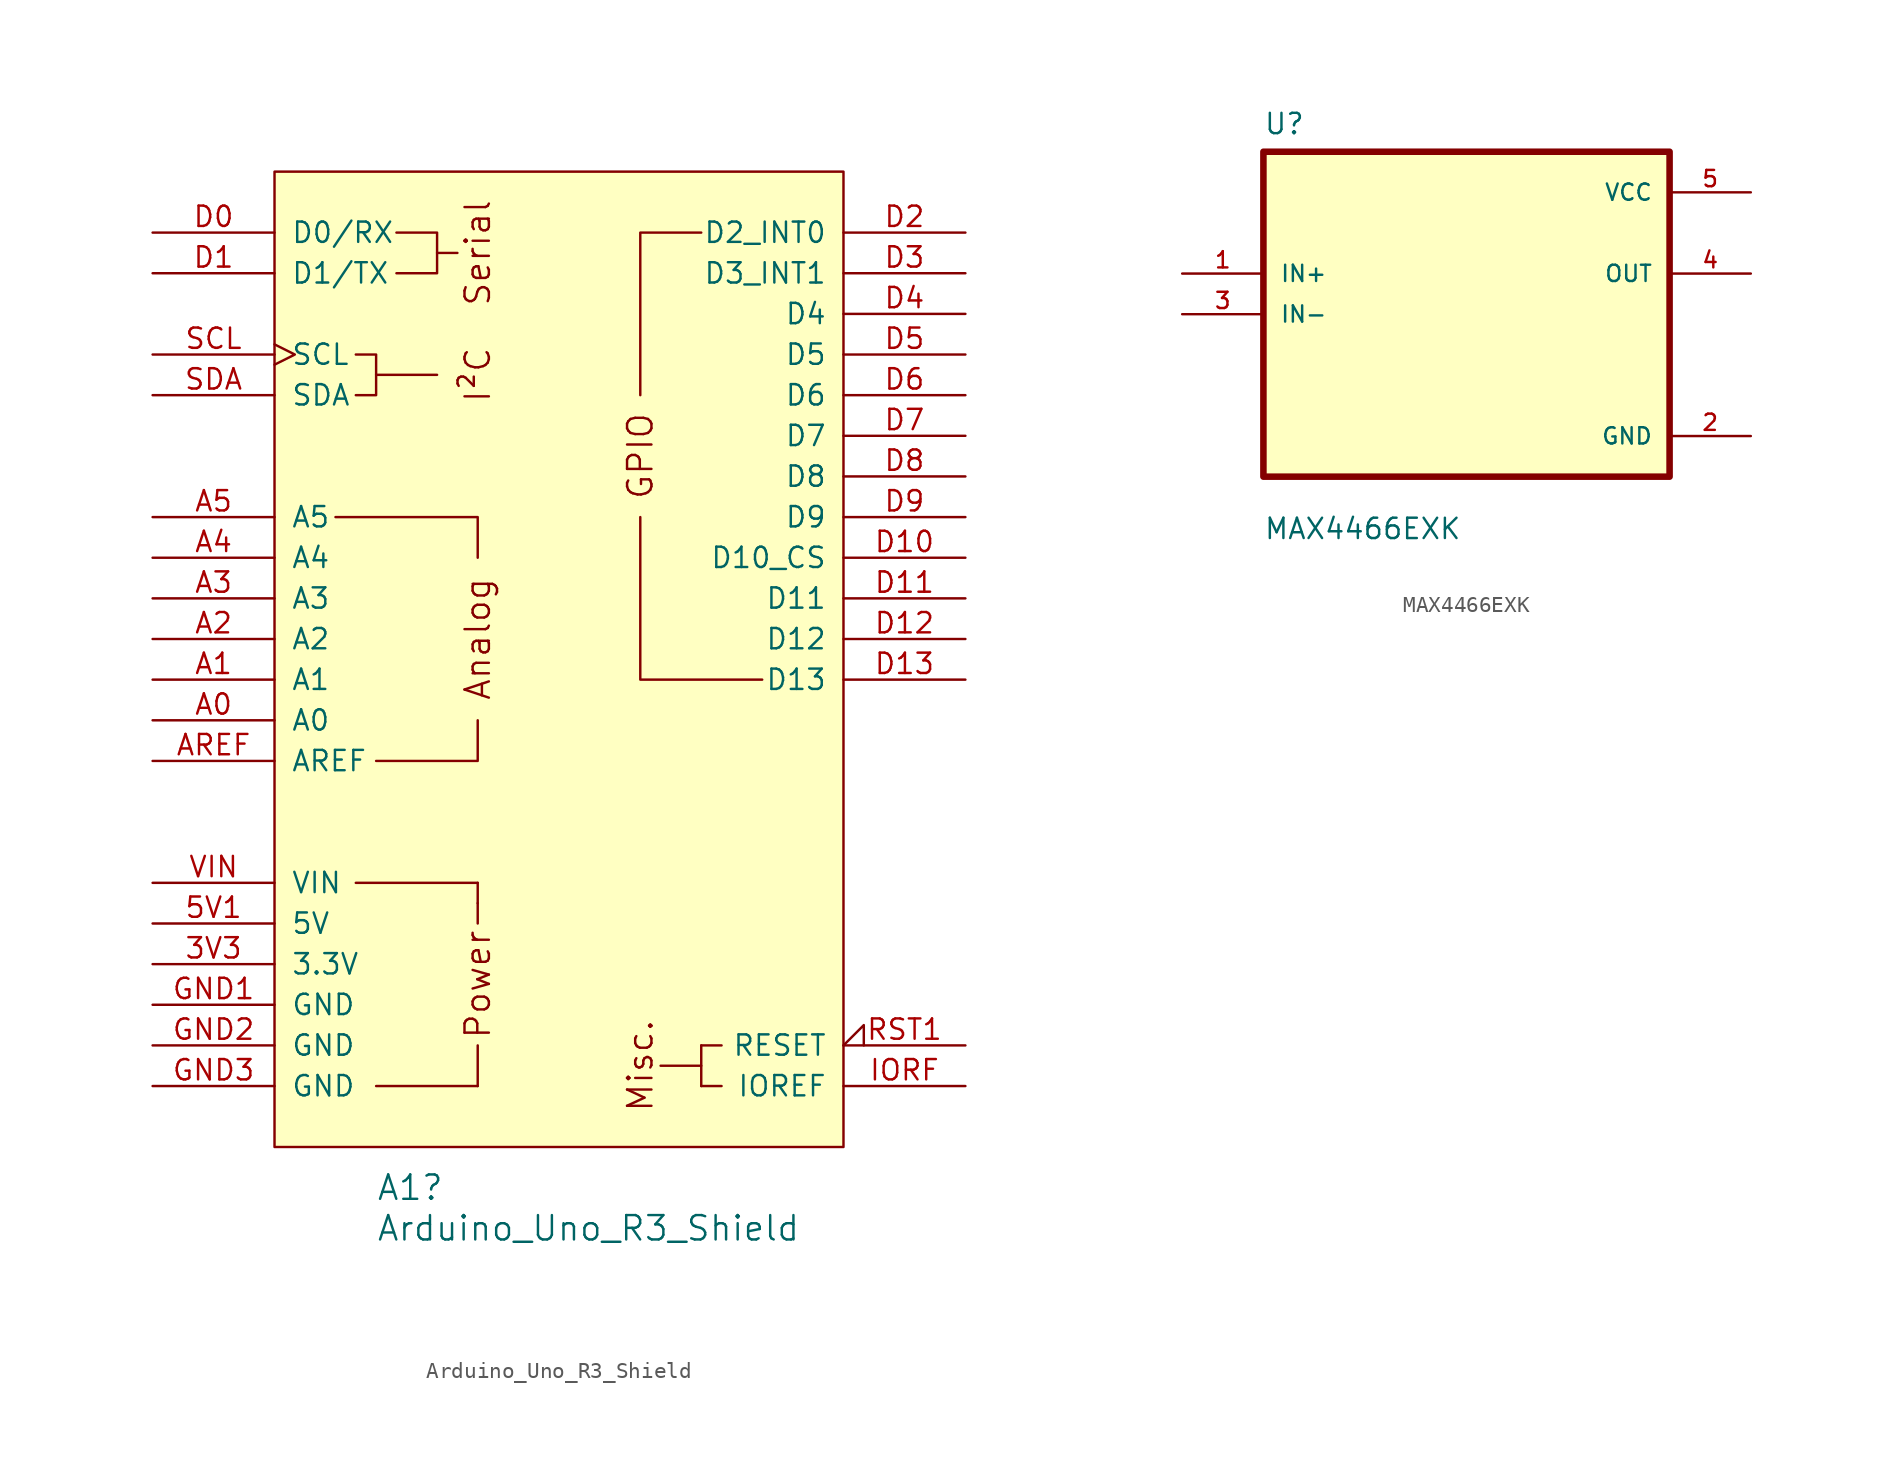
<source format=kicad_sym>
(kicad_symbol_lib
  (version 20220914)
  (generator kicad_symbol_editor)
  (symbol "Arduino_Uno_R3_Shield"
    (pin_names
      (offset 1.016))
    (property "Reference" "A1"
      (at -11.43 -33.02 0)
      (effects (font (size 1.524 1.524)) (justify left)))
    (property "Value" "Arduino_Uno_R3_Shield"
      (at -11.43 -35.56 0)
      (effects (font (size 1.524 1.524)) (justify left)))
    (symbol "Arduino_Uno_R3_Shield_0_0"
      (rectangle (start -17.78 30.48) (end 17.78 -30.48) (stroke (width 0) (type default)) (fill (type background)))
      (rectangle (start -12.7 -13.97) (end -5.08 -13.97) (stroke (width 0) (type default)) (fill (type none)))
      (rectangle (start -11.43 -26.67) (end -5.08 -26.67) (stroke (width 0) (type default)) (fill (type none)))
      (polyline (pts (xy -11.43 17.78) (xy -7.62 17.78)) (stroke (width 0) (type default)) (fill (type none)))
      (polyline (pts (xy -7.62 25.4) (xy -6.35 25.4)) (stroke (width 0) (type default)) (fill (type none)))
      (polyline (pts (xy -5.08 -26.67) (xy -5.08 -24.13)) (stroke (width 0) (type default)) (fill (type none)))
      (polyline (pts (xy -5.08 -15.24) (xy -5.08 -16.51)) (stroke (width 0) (type default)) (fill (type none)))
      (polyline (pts (xy -5.08 -13.97) (xy -5.08 -15.24)) (stroke (width 0) (type default)) (fill (type none)))
      (polyline (pts (xy -5.08 -3.81) (xy -5.08 -6.35) (xy -11.43 -6.35)) (stroke (width 0) (type default)) (fill (type none)))
      (polyline (pts (xy -5.08 6.35) (xy -5.08 8.89) (xy -13.97 8.89)) (stroke (width 0) (type default)) (fill (type none)))
      (polyline (pts (xy 5.08 8.89) (xy 5.08 -1.27) (xy 12.7 -1.27)) (stroke (width 0) (type default)) (fill (type none)))
      (polyline (pts (xy 5.08 16.51) (xy 5.08 26.67) (xy 8.89 26.67)) (stroke (width 0) (type default)) (fill (type none)))
      (polyline (pts (xy -12.7 19.05) (xy -11.43 19.05) (xy -11.43 16.51) (xy -12.7 16.51)) (stroke (width 0) (type default)) (fill (type none)))
      (polyline (pts (xy -10.16 26.67) (xy -7.62 26.67) (xy -7.62 24.13) (xy -10.16 24.13)) (stroke (width 0) (type default)) (fill (type none)))
      (rectangle (start 8.89 -25.4) (end 6.35 -25.4) (stroke (width 0) (type default)) (fill (type none)))
      (rectangle (start 8.89 -24.13) (end 8.89 -26.67) (stroke (width 0) (type default)) (fill (type none)))
      (rectangle (start 10.16 -26.67) (end 8.89 -26.67) (stroke (width 0) (type default)) (fill (type none)))
      (rectangle (start 10.16 -24.13) (end 8.89 -24.13) (stroke (width 0) (type default)) (fill (type none)))
      (text "Analog" (at -5.08 1.27 900) (effects (font (size 1.524 1.524))))
      (text "I²C" (at -5.08 17.78 900) (effects (font (size 1.524 1.524))))
      (text "Misc." (at 5.08 -25.4 900) (effects (font (size 1.524 1.524))))
      (text "Power" (at -5.08 -20.32 900) (effects (font (size 1.524 1.524))))
      (text "Serial" (at -5.08 25.4 900) (effects (font (size 1.524 1.524)))))
    (symbol "Arduino_Uno_R3_Shield_1_0"
      (text "GPIO" (at 5.08 12.7 900) (effects (font (size 1.524 1.524)))))
    (symbol "Arduino_Uno_R3_Shield_1_1"
      (pin power_out line (at -25.4 -19.05 0) (length 7.62) (name "3.3V" (effects (font (size 1.27 1.27)))) (number "3V3" (effects (font (size 1.27 1.27)))))
      (pin power_in line (at -25.4 -16.51 0) (length 7.62) (name "5V" (effects (font (size 1.27 1.27)))) (number "5V1" (effects (font (size 1.27 1.27)))))
      (pin bidirectional line (at -25.4 -3.81 0) (length 7.62) (name "A0" (effects (font (size 1.27 1.27)))) (number "A0" (effects (font (size 1.27 1.27)))))
      (pin bidirectional line (at -25.4 -1.27 0) (length 7.62) (name "A1" (effects (font (size 1.27 1.27)))) (number "A1" (effects (font (size 1.27 1.27)))))
      (pin bidirectional line (at -25.4 1.27 0) (length 7.62) (name "A2" (effects (font (size 1.27 1.27)))) (number "A2" (effects (font (size 1.27 1.27)))))
      (pin bidirectional line (at -25.4 3.81 0) (length 7.62) (name "A3" (effects (font (size 1.27 1.27)))) (number "A3" (effects (font (size 1.27 1.27)))))
      (pin bidirectional line (at -25.4 6.35 0) (length 7.62) (name "A4" (effects (font (size 1.27 1.27)))) (number "A4" (effects (font (size 1.27 1.27)))))
      (pin bidirectional line (at -25.4 8.89 0) (length 7.62) (name "A5" (effects (font (size 1.27 1.27)))) (number "A5" (effects (font (size 1.27 1.27)))))
      (pin input line (at -25.4 -6.35 0) (length 7.62) (name "AREF" (effects (font (size 1.27 1.27)))) (number "AREF" (effects (font (size 1.27 1.27)))))
      (pin bidirectional line (at -25.4 26.67 0) (length 7.62) (name "D0/RX" (effects (font (size 1.27 1.27)))) (number "D0" (effects (font (size 1.27 1.27)))))
      (pin bidirectional line (at -25.4 24.13 0) (length 7.62) (name "D1/TX" (effects (font (size 1.27 1.27)))) (number "D1" (effects (font (size 1.27 1.27)))))
      (pin bidirectional line (at 25.4 6.35 180) (length 7.62) (name "D10_CS" (effects (font (size 1.27 1.27)))) (number "D10" (effects (font (size 1.27 1.27)))))
      (pin bidirectional line (at 25.4 3.81 180) (length 7.62) (name "D11" (effects (font (size 1.27 1.27)))) (number "D11" (effects (font (size 1.27 1.27)))))
      (pin bidirectional line (at 25.4 1.27 180) (length 7.62) (name "D12" (effects (font (size 1.27 1.27)))) (number "D12" (effects (font (size 1.27 1.27)))))
      (pin bidirectional line (at 25.4 -1.27 180) (length 7.62) (name "D13" (effects (font (size 1.27 1.27)))) (number "D13" (effects (font (size 1.27 1.27)))))
      (pin bidirectional line (at 25.4 26.67 180) (length 7.62) (name "D2_INT0" (effects (font (size 1.27 1.27)))) (number "D2" (effects (font (size 1.27 1.27)))))
      (pin bidirectional line (at 25.4 24.13 180) (length 7.62) (name "D3_INT1" (effects (font (size 1.27 1.27)))) (number "D3" (effects (font (size 1.27 1.27)))))
      (pin bidirectional line (at 25.4 21.59 180) (length 7.62) (name "D4" (effects (font (size 1.27 1.27)))) (number "D4" (effects (font (size 1.27 1.27)))))
      (pin bidirectional line (at 25.4 19.05 180) (length 7.62) (name "D5" (effects (font (size 1.27 1.27)))) (number "D5" (effects (font (size 1.27 1.27)))))
      (pin bidirectional line (at 25.4 16.51 180) (length 7.62) (name "D6" (effects (font (size 1.27 1.27)))) (number "D6" (effects (font (size 1.27 1.27)))))
      (pin bidirectional line (at 25.4 13.97 180) (length 7.62) (name "D7" (effects (font (size 1.27 1.27)))) (number "D7" (effects (font (size 1.27 1.27)))))
      (pin bidirectional line (at 25.4 11.43 180) (length 7.62) (name "D8" (effects (font (size 1.27 1.27)))) (number "D8" (effects (font (size 1.27 1.27)))))
      (pin bidirectional line (at 25.4 8.89 180) (length 7.62) (name "D9" (effects (font (size 1.27 1.27)))) (number "D9" (effects (font (size 1.27 1.27)))))
      (pin power_in line (at -25.4 -21.59 0) (length 7.62) (name "GND" (effects (font (size 1.27 1.27)))) (number "GND1" (effects (font (size 1.27 1.27)))))
      (pin power_in line (at -25.4 -24.13 0) (length 7.62) (name "GND" (effects (font (size 1.27 1.27)))) (number "GND2" (effects (font (size 1.27 1.27)))))
      (pin power_in line (at -25.4 -26.67 0) (length 7.62) (name "GND" (effects (font (size 1.27 1.27)))) (number "GND3" (effects (font (size 1.27 1.27)))))
      (pin output line (at 25.4 -26.67 180) (length 7.62) (name "IOREF" (effects (font (size 1.27 1.27)))) (number "IORF" (effects (font (size 1.27 1.27)))))
      (pin open_collector input_low (at 25.4 -24.13 180) (length 7.62) (name "RESET" (effects (font (size 1.27 1.27)))) (number "RST1" (effects (font (size 1.27 1.27)))))
      (pin bidirectional clock (at -25.4 19.05 0) (length 7.62) (name "SCL" (effects (font (size 1.27 1.27)))) (number "SCL" (effects (font (size 1.27 1.27)))))
      (pin bidirectional line (at -25.4 16.51 0) (length 7.62) (name "SDA" (effects (font (size 1.27 1.27)))) (number "SDA" (effects (font (size 1.27 1.27)))))
      (pin power_in line (at -25.4 -13.97 0) (length 7.62) (name "VIN" (effects (font (size 1.27 1.27)))) (number "VIN" (effects (font (size 1.27 1.27)))))))
  (symbol "MAX4466EXK"
    (pin_names
      (offset 1.016))
    (property "Reference" "U"
      (at -12.7 11.16 0)
      (effects (font (size 1.27 1.27)) (justify left bottom)))
    (property "Value" "MAX4466EXK"
      (at -12.7 -14.16 0)
      (effects (font (size 1.27 1.27)) (justify left bottom)))
    (symbol "MAX4466EXK_0_0"
      (rectangle (start -12.7 -10.16) (end 12.7 10.16) (stroke (width 0.41) (type default)) (fill (type background)))
      (pin input line (at -17.78 2.54 0) (length 5.08) (name "IN+" (effects (font (size 1.016 1.016)))) (number "1" (effects (font (size 1.016 1.016)))))
      (pin power_in line (at 17.78 -7.62 180) (length 5.08) (name "GND" (effects (font (size 1.016 1.016)))) (number "2" (effects (font (size 1.016 1.016)))))
      (pin input line (at -17.78 0 0) (length 5.08) (name "IN-" (effects (font (size 1.016 1.016)))) (number "3" (effects (font (size 1.016 1.016)))))
      (pin output line (at 17.78 2.54 180) (length 5.08) (name "OUT" (effects (font (size 1.016 1.016)))) (number "4" (effects (font (size 1.016 1.016)))))
      (pin power_in line (at 17.78 7.62 180) (length 5.08) (name "VCC" (effects (font (size 1.016 1.016)))) (number "5" (effects (font (size 1.016 1.016))))))))
</source>
